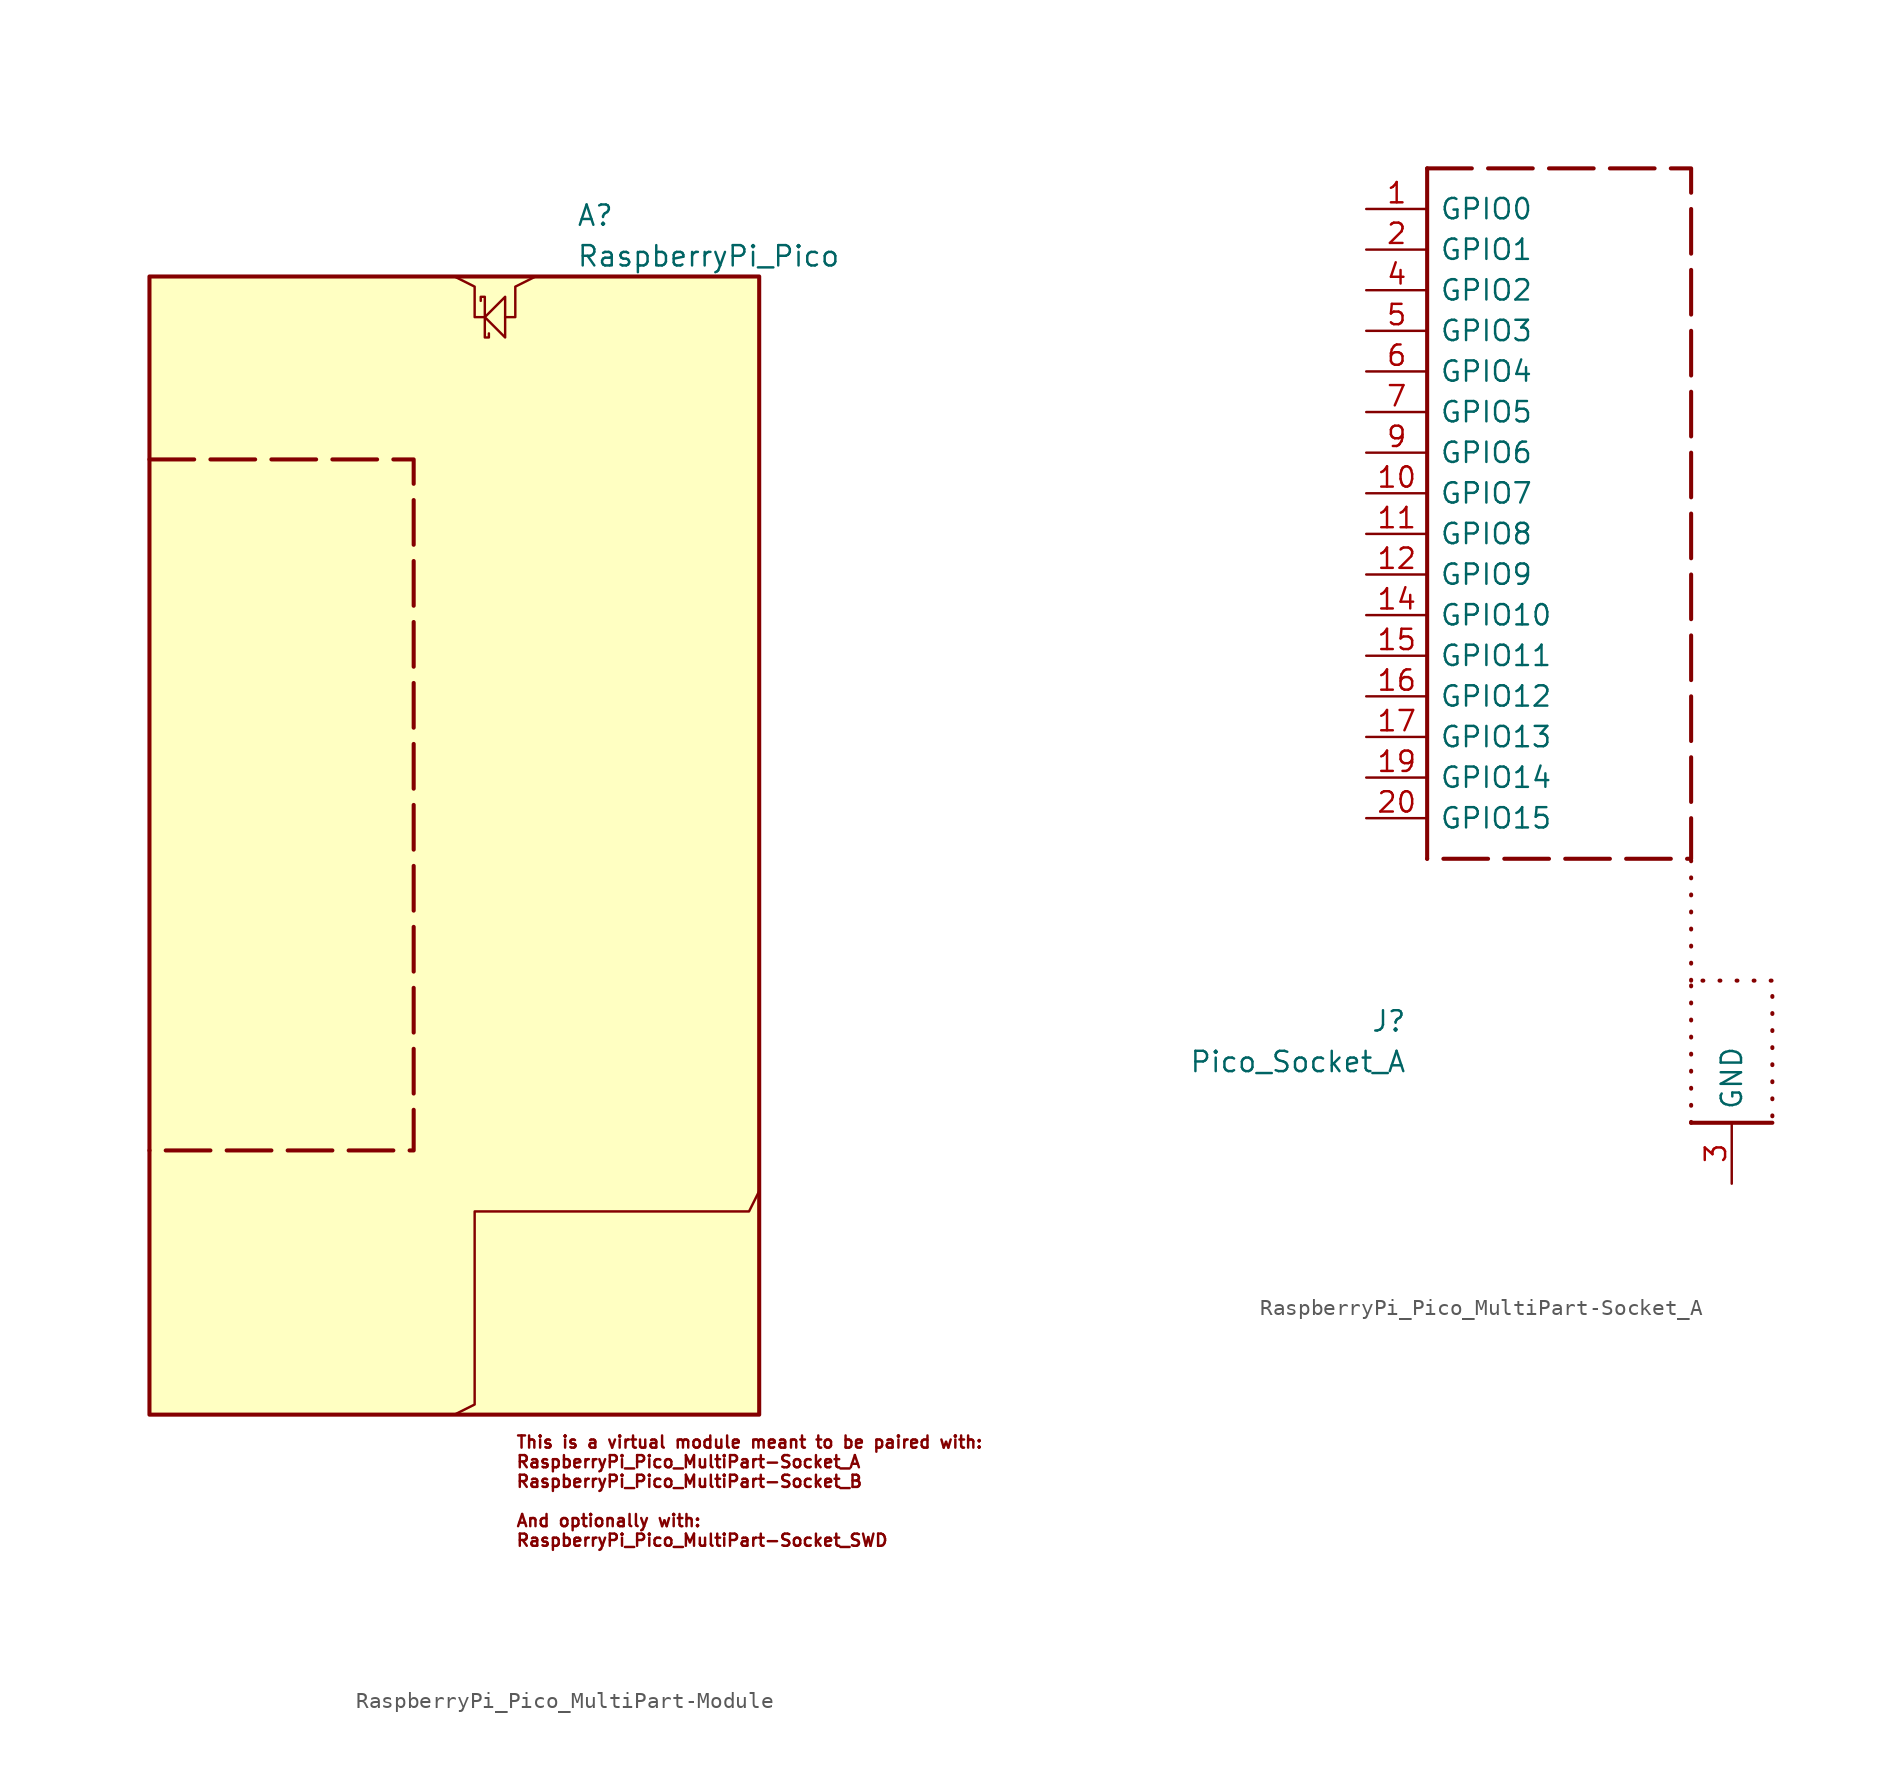
<source format=kicad_sym>
(kicad_symbol_lib
  (version 20231120)
  (generator "kicad_symbol_editor")
  (generator_version "8.0")
  (symbol "RaspberryPi_Pico_MultiPart-Module"
    (pin_names
      (offset 0.762))
    (property "Reference" "A"
      (at 7.62 40.64 0)
      (do_not_autoplace)
      (effects (font (size 1.27 1.27)) (justify left)))
    (property "Value" "RaspberryPi_Pico"
      (at 7.62 38.1 0)
      (do_not_autoplace)
      (effects (font (size 1.27 1.27)) (justify left)))
    (symbol "RaspberryPi_Pico_MultiPart-Module_0_1"
      (polyline (pts (xy 0 36.83) (xy 1.27 36.195) (xy 1.27 34.29) (xy 1.905 34.29)) (stroke (width 0) (type default)) (fill (type none)))
      (polyline (pts (xy 1.905 34.29) (xy 3.175 35.56) (xy 3.175 33.02) (xy 1.905 34.29)) (stroke (width 0) (type default)) (fill (type none)))
      (polyline (pts (xy 5.08 36.83) (xy 3.81 36.195) (xy 3.81 34.29) (xy 3.175 34.29)) (stroke (width 0) (type default)) (fill (type none)))
      (polyline (pts (xy 0 -34.29) (xy 1.27 -33.655) (xy 1.27 -21.59) (xy 18.415 -21.59) (xy 19.05 -20.32)) (stroke (width 0) (type default)) (fill (type none)))
      (polyline (pts (xy 1.651 35.306) (xy 1.651 35.56) (xy 1.905 35.56) (xy 1.905 33.02) (xy 2.159 33.02) (xy 2.159 33.274)) (stroke (width 0) (type default)) (fill (type none))))
    (symbol "RaspberryPi_Pico_MultiPart-Module_1_1"
      (rectangle (start -19.05 36.83) (end 19.05 -34.29) (stroke (width 0.254) (type default)) (fill (type background)))
      (polyline (pts (xy -19.05 25.4) (xy -2.54 25.4) (xy -2.54 -17.78) (xy -19.05 -17.78)) (stroke (width 0.254) (type dash)) (fill (type none)))
      (text "This is a virtual module meant to be paired with:\nRaspberryPi_Pico_MultiPart-Socket_A\nRaspberryPi_Pico_MultiPart-Socket_B\n\nAnd optionally with:\nRaspberryPi_Pico_MultiPart-Socket_SWD\n" (at 3.81 -35.56 0) (effects (font (size 0.762 0.762)) (justify left top)))))
  (symbol "RaspberryPi_Pico_MultiPart-Socket_A"
    (pin_names
      (offset 0.762))
    (property "Reference" "J"
      (at -20.32 -27.94 0)
      (do_not_autoplace)
      (effects (font (size 1.27 1.27)) (justify right)))
    (property "Value" "Pico_Socket_A"
      (at -20.32 -30.48 0)
      (do_not_autoplace)
      (effects (font (size 1.27 1.27)) (justify right)))
    (symbol "RaspberryPi_Pico_MultiPart-Socket_A_1_1"
      (polyline (pts (xy -19.05 25.4) (xy -19.05 -17.78)) (stroke (width 0.254) (type default)) (fill (type none)))
      (polyline (pts (xy -2.54 -34.29) (xy 2.54 -34.29)) (stroke (width 0.254) (type default)) (fill (type none)))
      (polyline (pts (xy -2.54 -25.4) (xy -2.54 -17.78)) (stroke (width 0.254) (type dot)) (fill (type none)))
      (polyline (pts (xy -19.05 25.4) (xy -2.54 25.4) (xy -2.54 -17.78) (xy -19.05 -17.78)) (stroke (width 0.254) (type dash)) (fill (type none)))
      (polyline (pts (xy -2.54 -34.29) (xy -2.54 -25.4) (xy 2.54 -25.4) (xy 2.54 -34.29)) (stroke (width 0.254) (type dot)) (fill (type none)))
      (pin bidirectional line (at -22.86 22.86 0) (length 3.81) (name "GPIO0" (effects (font (size 1.27 1.27)))) (number "1" (effects (font (size 1.27 1.27)))) (alternate "I2C0_SDA" bidirectional line) (alternate "PWM0_A" output line) (alternate "SPI0_RX" input line) (alternate "UART0_TX" output line) (alternate "USB_OVCUR_DET" input line))
      (pin bidirectional line (at -22.86 5.08 0) (length 3.81) (name "GPIO7" (effects (font (size 1.27 1.27)))) (number "10" (effects (font (size 1.27 1.27)))) (alternate "I2C1_SCL" bidirectional clock) (alternate "PWM3_B" bidirectional line) (alternate "SPI0_TX" output line) (alternate "UART1_RTS" output line) (alternate "USB_VBUS_DET" input line))
      (pin bidirectional line (at -22.86 2.54 0) (length 3.81) (name "GPIO8" (effects (font (size 1.27 1.27)))) (number "11" (effects (font (size 1.27 1.27)))) (alternate "I2C0_SDA" bidirectional line) (alternate "PWM4_A" output line) (alternate "SPI1_RX" input line) (alternate "UART1_TX" output line) (alternate "USB_VBUS_EN" output line))
      (pin bidirectional line (at -22.86 0 0) (length 3.81) (name "GPIO9" (effects (font (size 1.27 1.27)))) (number "12" (effects (font (size 1.27 1.27)))) (alternate "I2C0_SCL" bidirectional clock) (alternate "PWM4_B" bidirectional line) (alternate "UART1_RX" input line) (alternate "USB_OVCUR_DET" input line) (alternate "~{SPI1_CSn}" bidirectional line))
      (pin passive line (at 0 -38.1 90) (length 3.81) hide (name "GND" (effects (font (size 1.27 1.27)))) (number "13" (effects (font (size 1.27 1.27)))))
      (pin bidirectional line (at -22.86 -2.54 0) (length 3.81) (name "GPIO10" (effects (font (size 1.27 1.27)))) (number "14" (effects (font (size 1.27 1.27)))) (alternate "I2C1_SDA" bidirectional line) (alternate "PWM5_A" output line) (alternate "SPI1_SCK" bidirectional clock) (alternate "UART1_CTS" input line) (alternate "USB_VBUS_DET" input line))
      (pin bidirectional line (at -22.86 -5.08 0) (length 3.81) (name "GPIO11" (effects (font (size 1.27 1.27)))) (number "15" (effects (font (size 1.27 1.27)))) (alternate "I2C1_SCL" bidirectional clock) (alternate "PWM5_B" bidirectional line) (alternate "SPI1_TX" output line) (alternate "UART1_RTS" output line) (alternate "USB_VBUS_EN" output line))
      (pin bidirectional line (at -22.86 -7.62 0) (length 3.81) (name "GPIO12" (effects (font (size 1.27 1.27)))) (number "16" (effects (font (size 1.27 1.27)))) (alternate "I2C0_SDA" bidirectional line) (alternate "PWM6_A" output line) (alternate "SPI1_RX" input line) (alternate "UART0_TX" output line) (alternate "USB_OVCUR_DET" input line))
      (pin bidirectional line (at -22.86 -10.16 0) (length 3.81) (name "GPIO13" (effects (font (size 1.27 1.27)))) (number "17" (effects (font (size 1.27 1.27)))) (alternate "I2C0_SCL" bidirectional clock) (alternate "PWM6_B" bidirectional line) (alternate "UART0_RX" input line) (alternate "USB_VBUS_DET" input line) (alternate "~{SPI1_CSn}" bidirectional line))
      (pin passive line (at 0 -38.1 90) (length 3.81) hide (name "GND" (effects (font (size 1.27 1.27)))) (number "18" (effects (font (size 1.27 1.27)))))
      (pin bidirectional line (at -22.86 -12.7 0) (length 3.81) (name "GPIO14" (effects (font (size 1.27 1.27)))) (number "19" (effects (font (size 1.27 1.27)))) (alternate "I2C1_SDA" bidirectional line) (alternate "PWM7_A" output line) (alternate "SPI1_SCK" bidirectional clock) (alternate "UART0_CTS" input line) (alternate "USB_VBUS_EN" output line))
      (pin bidirectional line (at -22.86 20.32 0) (length 3.81) (name "GPIO1" (effects (font (size 1.27 1.27)))) (number "2" (effects (font (size 1.27 1.27)))) (alternate "I2C0_SCL" bidirectional clock) (alternate "PWM0_B" bidirectional line) (alternate "UART0_RX" input line) (alternate "USB_VBUS_DET" passive line) (alternate "~{SPI0_CSn}" bidirectional line))
      (pin bidirectional line (at -22.86 -15.24 0) (length 3.81) (name "GPIO15" (effects (font (size 1.27 1.27)))) (number "20" (effects (font (size 1.27 1.27)))) (alternate "I2C1_SCL" bidirectional clock) (alternate "PWM7_B" bidirectional line) (alternate "SPI1_TX" output line) (alternate "UART0_RTS" output line) (alternate "USB_OVCUR_DET" input line))
      (pin power_out line (at 0 -38.1 90) (length 3.81) (name "GND" (effects (font (size 1.27 1.27)))) (number "3" (effects (font (size 1.27 1.27)))) (alternate "GND_IN" power_in line))
      (pin bidirectional line (at -22.86 17.78 0) (length 3.81) (name "GPIO2" (effects (font (size 1.27 1.27)))) (number "4" (effects (font (size 1.27 1.27)))) (alternate "I2C1_SDA" bidirectional line) (alternate "PWM1_A" output line) (alternate "SPI0_SCK" bidirectional clock) (alternate "UART0_CTS" input line) (alternate "USB_VBUS_DET" input line))
      (pin bidirectional line (at -22.86 15.24 0) (length 3.81) (name "GPIO3" (effects (font (size 1.27 1.27)))) (number "5" (effects (font (size 1.27 1.27)))) (alternate "I2C1_SCL" bidirectional clock) (alternate "PWM1_B" bidirectional line) (alternate "SPI0_TX" output line) (alternate "UART0_RTS" output line) (alternate "USB_OVCUR_DET" input line))
      (pin bidirectional line (at -22.86 12.7 0) (length 3.81) (name "GPIO4" (effects (font (size 1.27 1.27)))) (number "6" (effects (font (size 1.27 1.27)))) (alternate "I2C0_SDA" bidirectional line) (alternate "PWM2_A" output line) (alternate "SPI0_RX" input line) (alternate "UART1_TX" output line) (alternate "USB_VBUS_DET" input line))
      (pin bidirectional line (at -22.86 10.16 0) (length 3.81) (name "GPIO5" (effects (font (size 1.27 1.27)))) (number "7" (effects (font (size 1.27 1.27)))) (alternate "I2C0_SCL" bidirectional clock) (alternate "PWM2_B" bidirectional line) (alternate "UART1_RX" input line) (alternate "USB_VBUS_EN" output line) (alternate "~{SPI0_CSn}" bidirectional line))
      (pin passive line (at 0 -38.1 90) (length 3.81) hide (name "GND" (effects (font (size 1.27 1.27)))) (number "8" (effects (font (size 1.27 1.27)))))
      (pin bidirectional line (at -22.86 7.62 0) (length 3.81) (name "GPIO6" (effects (font (size 1.27 1.27)))) (number "9" (effects (font (size 1.27 1.27)))) (alternate "I2C1_SDA" bidirectional line) (alternate "PWM3_A" output line) (alternate "SPI0_SCK" bidirectional clock) (alternate "UART1_CTS" input line) (alternate "USB_OVCUR_DET" input line)))))
</source>
